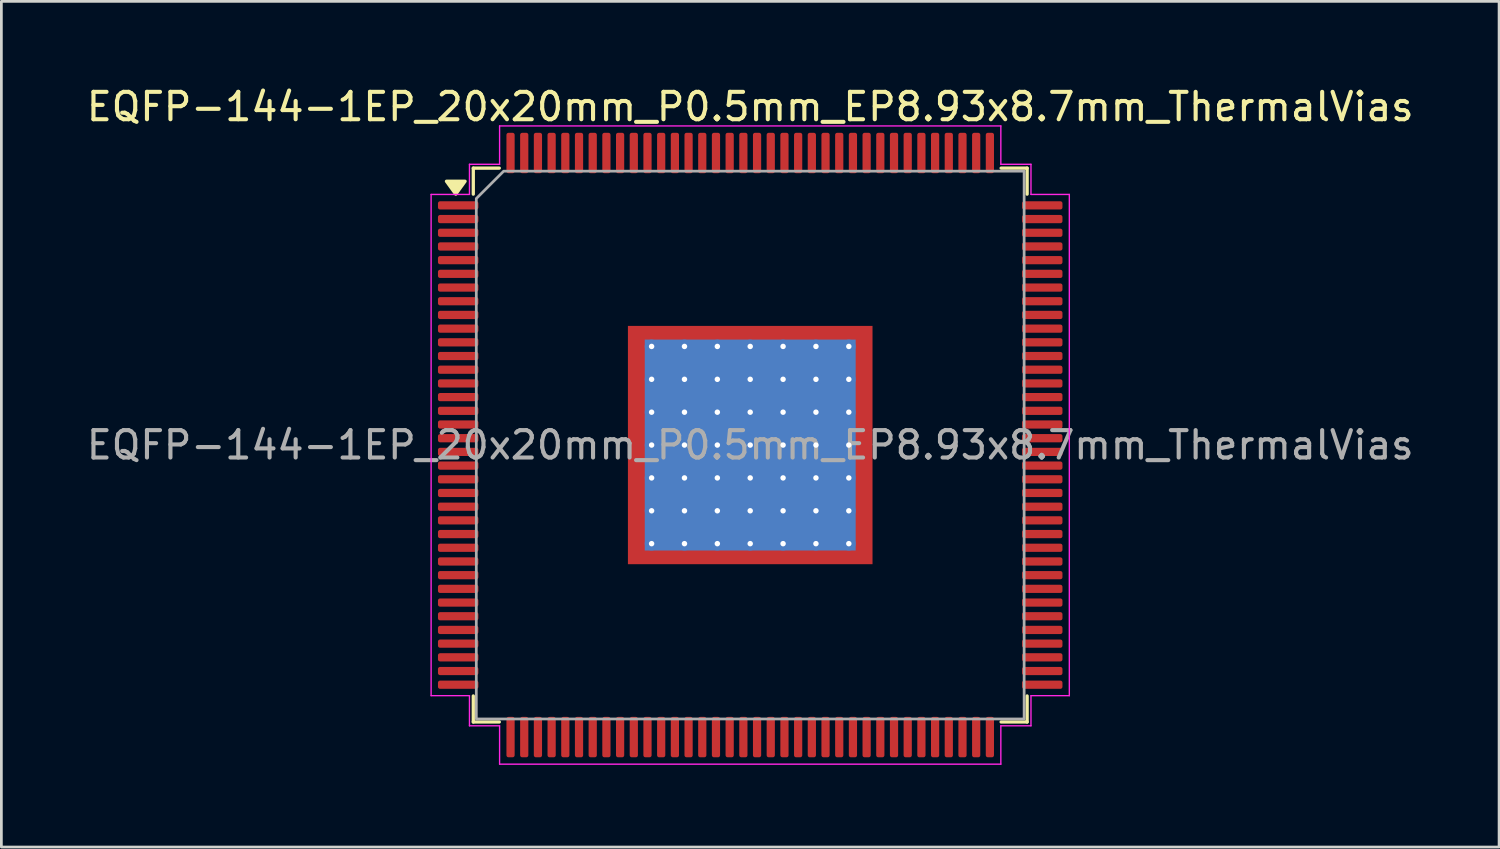
<source format=kicad_pcb>
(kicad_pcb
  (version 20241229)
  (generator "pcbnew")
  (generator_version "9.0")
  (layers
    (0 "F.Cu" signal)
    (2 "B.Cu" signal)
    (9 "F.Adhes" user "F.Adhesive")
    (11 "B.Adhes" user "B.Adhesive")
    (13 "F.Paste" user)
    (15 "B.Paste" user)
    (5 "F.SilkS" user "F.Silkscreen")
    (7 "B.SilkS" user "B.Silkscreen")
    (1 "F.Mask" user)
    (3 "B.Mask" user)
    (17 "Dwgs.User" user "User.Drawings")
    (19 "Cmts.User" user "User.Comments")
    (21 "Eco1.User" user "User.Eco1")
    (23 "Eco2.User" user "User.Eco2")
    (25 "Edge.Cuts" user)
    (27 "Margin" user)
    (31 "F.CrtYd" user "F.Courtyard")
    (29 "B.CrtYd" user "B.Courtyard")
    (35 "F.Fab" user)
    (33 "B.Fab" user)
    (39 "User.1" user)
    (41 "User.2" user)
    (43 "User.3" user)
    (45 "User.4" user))
  (footprint "EQFP-144-1EP_20x20mm_P0.5mm_EP8.93x8.7mm_ThermalVias"
    (layer "F.Cu")
    (at 24.339 13.198)
    (property "Reference" "EQFP-144-1EP_20x20mm_P0.5mm_EP8.93x8.7mm_ThermalVias" (at 0 -12.35 0) (layer "F.SilkS") (effects (font (size 1 1) (thickness 0.15))))
    (attr smd)
    (fp_line (start -10.11 -10.11) (end -9.16 -10.11) (stroke (width 0.12) (type solid)) (layer "F.SilkS"))
    (fp_line (start -10.11 -9.16) (end -10.11 -10.11) (stroke (width 0.12) (type solid)) (layer "F.SilkS"))
    (fp_line (start -10.11 10.11) (end -10.11 9.16) (stroke (width 0.12) (type solid)) (layer "F.SilkS"))
    (fp_line (start -9.16 10.11) (end -10.11 10.11) (stroke (width 0.12) (type solid)) (layer "F.SilkS"))
    (fp_line (start 9.16 -10.11) (end 10.11 -10.11) (stroke (width 0.12) (type solid)) (layer "F.SilkS"))
    (fp_line (start 10.11 -10.11) (end 10.11 -9.16) (stroke (width 0.12) (type solid)) (layer "F.SilkS"))
    (fp_line (start 10.11 9.16) (end 10.11 10.11) (stroke (width 0.12) (type solid)) (layer "F.SilkS"))
    (fp_line (start 10.11 10.11) (end 9.16 10.11) (stroke (width 0.12) (type solid)) (layer "F.SilkS"))
    (fp_poly (pts (xy -10.75 -9.16) (xy -11.09 -9.63) (xy -10.41 -9.63)) (stroke (width 0.12) (type solid)) (fill yes) (layer "F.SilkS"))
    (fp_line (start -11.65 -9.15) (end -10.25 -9.15) (stroke (width 0.05) (type solid)) (layer "F.CrtYd"))
    (fp_line (start -11.65 9.15) (end -11.65 -9.15) (stroke (width 0.05) (type solid)) (layer "F.CrtYd"))
    (fp_line (start -10.25 -10.25) (end -9.15 -10.25) (stroke (width 0.05) (type solid)) (layer "F.CrtYd"))
    (fp_line (start -10.25 -9.15) (end -10.25 -10.25) (stroke (width 0.05) (type solid)) (layer "F.CrtYd"))
    (fp_line (start -10.25 9.15) (end -11.65 9.15) (stroke (width 0.05) (type solid)) (layer "F.CrtYd"))
    (fp_line (start -10.25 10.25) (end -10.25 9.15) (stroke (width 0.05) (type solid)) (layer "F.CrtYd"))
    (fp_line (start -9.15 -11.65) (end 9.15 -11.65) (stroke (width 0.05) (type solid)) (layer "F.CrtYd"))
    (fp_line (start -9.15 -10.25) (end -9.15 -11.65) (stroke (width 0.05) (type solid)) (layer "F.CrtYd"))
    (fp_line (start -9.15 10.25) (end -10.25 10.25) (stroke (width 0.05) (type solid)) (layer "F.CrtYd"))
    (fp_line (start -9.15 11.65) (end -9.15 10.25) (stroke (width 0.05) (type solid)) (layer "F.CrtYd"))
    (fp_line (start 9.15 -11.65) (end 9.15 -10.25) (stroke (width 0.05) (type solid)) (layer "F.CrtYd"))
    (fp_line (start 9.15 -10.25) (end 10.25 -10.25) (stroke (width 0.05) (type solid)) (layer "F.CrtYd"))
    (fp_line (start 9.15 10.25) (end 9.15 11.65) (stroke (width 0.05) (type solid)) (layer "F.CrtYd"))
    (fp_line (start 9.15 11.65) (end -9.15 11.65) (stroke (width 0.05) (type solid)) (layer "F.CrtYd"))
    (fp_line (start 10.25 -10.25) (end 10.25 -9.15) (stroke (width 0.05) (type solid)) (layer "F.CrtYd"))
    (fp_line (start 10.25 -9.15) (end 11.65 -9.15) (stroke (width 0.05) (type solid)) (layer "F.CrtYd"))
    (fp_line (start 10.25 9.15) (end 10.25 10.25) (stroke (width 0.05) (type solid)) (layer "F.CrtYd"))
    (fp_line (start 10.25 10.25) (end 9.15 10.25) (stroke (width 0.05) (type solid)) (layer "F.CrtYd"))
    (fp_line (start 11.65 -9.15) (end 11.65 9.15) (stroke (width 0.05) (type solid)) (layer "F.CrtYd"))
    (fp_line (start 11.65 9.15) (end 10.25 9.15) (stroke (width 0.05) (type solid)) (layer "F.CrtYd"))
    (fp_poly (pts (xy -10 -9) (xy -10 10) (xy 10 10) (xy 10 -10) (xy -9 -10)) (stroke (width 0.1) (type solid)) (fill no) (layer "F.Fab"))
    (fp_text user "${REFERENCE}" (at 0 0 0) (layer "F.Fab") (effects (font (size 1 1) (thickness 0.15))))
    (pad "" smd roundrect (at -3.84 -3.72) (size 1.03 1) (layers "F.Paste") (roundrect_rratio 0.25))
    (pad "" smd roundrect (at -3.84 -2.48) (size 1.03 1) (layers "F.Paste") (roundrect_rratio 0.25))
    (pad "" smd roundrect (at -3.84 -1.24) (size 1.03 1) (layers "F.Paste") (roundrect_rratio 0.25))
    (pad "" smd roundrect (at -3.84 0) (size 1.03 1) (layers "F.Paste") (roundrect_rratio 0.25))
    (pad "" smd roundrect (at -3.84 1.24) (size 1.03 1) (layers "F.Paste") (roundrect_rratio 0.25))
    (pad "" smd roundrect (at -3.84 2.48) (size 1.03 1) (layers "F.Paste") (roundrect_rratio 0.25))
    (pad "" smd roundrect (at -3.84 3.72) (size 1.03 1) (layers "F.Paste") (roundrect_rratio 0.25))
    (pad "" smd roundrect (at -2.56 -3.72) (size 1.03 1) (layers "F.Paste") (roundrect_rratio 0.25))
    (pad "" smd roundrect (at -2.56 -2.48) (size 1.03 1) (layers "F.Paste") (roundrect_rratio 0.25))
    (pad "" smd roundrect (at -2.56 -1.24) (size 1.03 1) (layers "F.Paste") (roundrect_rratio 0.25))
    (pad "" smd roundrect (at -2.56 0) (size 1.03 1) (layers "F.Paste") (roundrect_rratio 0.25))
    (pad "" smd roundrect (at -2.56 1.24) (size 1.03 1) (layers "F.Paste") (roundrect_rratio 0.25))
    (pad "" smd roundrect (at -2.56 2.48) (size 1.03 1) (layers "F.Paste") (roundrect_rratio 0.25))
    (pad "" smd roundrect (at -2.56 3.72) (size 1.03 1) (layers "F.Paste") (roundrect_rratio 0.25))
    (pad "" smd roundrect (at -1.28 -3.72) (size 1.03 1) (layers "F.Paste") (roundrect_rratio 0.25))
    (pad "" smd roundrect (at -1.28 -2.48) (size 1.03 1) (layers "F.Paste") (roundrect_rratio 0.25))
    (pad "" smd roundrect (at -1.28 -1.24) (size 1.03 1) (layers "F.Paste") (roundrect_rratio 0.25))
    (pad "" smd roundrect (at -1.28 0) (size 1.03 1) (layers "F.Paste") (roundrect_rratio 0.25))
    (pad "" smd roundrect (at -1.28 1.24) (size 1.03 1) (layers "F.Paste") (roundrect_rratio 0.25))
    (pad "" smd roundrect (at -1.28 2.48) (size 1.03 1) (layers "F.Paste") (roundrect_rratio 0.25))
    (pad "" smd roundrect (at -1.28 3.72) (size 1.03 1) (layers "F.Paste") (roundrect_rratio 0.25))
    (pad "" smd roundrect (at 0 -3.72) (size 1.03 1) (layers "F.Paste") (roundrect_rratio 0.25))
    (pad "" smd roundrect (at 0 -2.48) (size 1.03 1) (layers "F.Paste") (roundrect_rratio 0.25))
    (pad "" smd roundrect (at 0 -1.24) (size 1.03 1) (layers "F.Paste") (roundrect_rratio 0.25))
    (pad "" smd roundrect (at 0 0) (size 1.03 1) (layers "F.Paste") (roundrect_rratio 0.25))
    (pad "" smd roundrect (at 0 1.24) (size 1.03 1) (layers "F.Paste") (roundrect_rratio 0.25))
    (pad "" smd roundrect (at 0 2.48) (size 1.03 1) (layers "F.Paste") (roundrect_rratio 0.25))
    (pad "" smd roundrect (at 0 3.72) (size 1.03 1) (layers "F.Paste") (roundrect_rratio 0.25))
    (pad "" smd roundrect (at 1.28 -3.72) (size 1.03 1) (layers "F.Paste") (roundrect_rratio 0.25))
    (pad "" smd roundrect (at 1.28 -2.48) (size 1.03 1) (layers "F.Paste") (roundrect_rratio 0.25))
    (pad "" smd roundrect (at 1.28 -1.24) (size 1.03 1) (layers "F.Paste") (roundrect_rratio 0.25))
    (pad "" smd roundrect (at 1.28 0) (size 1.03 1) (layers "F.Paste") (roundrect_rratio 0.25))
    (pad "" smd roundrect (at 1.28 1.24) (size 1.03 1) (layers "F.Paste") (roundrect_rratio 0.25))
    (pad "" smd roundrect (at 1.28 2.48) (size 1.03 1) (layers "F.Paste") (roundrect_rratio 0.25))
    (pad "" smd roundrect (at 1.28 3.72) (size 1.03 1) (layers "F.Paste") (roundrect_rratio 0.25))
    (pad "" smd roundrect (at 2.56 -3.72) (size 1.03 1) (layers "F.Paste") (roundrect_rratio 0.25))
    (pad "" smd roundrect (at 2.56 -2.48) (size 1.03 1) (layers "F.Paste") (roundrect_rratio 0.25))
    (pad "" smd roundrect (at 2.56 -1.24) (size 1.03 1) (layers "F.Paste") (roundrect_rratio 0.25))
    (pad "" smd roundrect (at 2.56 0) (size 1.03 1) (layers "F.Paste") (roundrect_rratio 0.25))
    (pad "" smd roundrect (at 2.56 1.24) (size 1.03 1) (layers "F.Paste") (roundrect_rratio 0.25))
    (pad "" smd roundrect (at 2.56 2.48) (size 1.03 1) (layers "F.Paste") (roundrect_rratio 0.25))
    (pad "" smd roundrect (at 2.56 3.72) (size 1.03 1) (layers "F.Paste") (roundrect_rratio 0.25))
    (pad "" smd roundrect (at 3.84 -3.72) (size 1.03 1) (layers "F.Paste") (roundrect_rratio 0.25))
    (pad "" smd roundrect (at 3.84 -2.48) (size 1.03 1) (layers "F.Paste") (roundrect_rratio 0.25))
    (pad "" smd roundrect (at 3.84 -1.24) (size 1.03 1) (layers "F.Paste") (roundrect_rratio 0.25))
    (pad "" smd roundrect (at 3.84 0) (size 1.03 1) (layers "F.Paste") (roundrect_rratio 0.25))
    (pad "" smd roundrect (at 3.84 1.24) (size 1.03 1) (layers "F.Paste") (roundrect_rratio 0.25))
    (pad "" smd roundrect (at 3.84 2.48) (size 1.03 1) (layers "F.Paste") (roundrect_rratio 0.25))
    (pad "" smd roundrect (at 3.84 3.72) (size 1.03 1) (layers "F.Paste") (roundrect_rratio 0.25))
    (pad "1" smd roundrect (at -10.662 -8.75) (size 1.475 0.3) (layers "F.Cu" "F.Mask" "F.Paste") (roundrect_rratio 0.25))
    (pad "2" smd roundrect (at -10.662 -8.25) (size 1.475 0.3) (layers "F.Cu" "F.Mask" "F.Paste") (roundrect_rratio 0.25))
    (pad "3" smd roundrect (at -10.662 -7.75) (size 1.475 0.3) (layers "F.Cu" "F.Mask" "F.Paste") (roundrect_rratio 0.25))
    (pad "4" smd roundrect (at -10.662 -7.25) (size 1.475 0.3) (layers "F.Cu" "F.Mask" "F.Paste") (roundrect_rratio 0.25))
    (pad "5" smd roundrect (at -10.662 -6.75) (size 1.475 0.3) (layers "F.Cu" "F.Mask" "F.Paste") (roundrect_rratio 0.25))
    (pad "6" smd roundrect (at -10.662 -6.25) (size 1.475 0.3) (layers "F.Cu" "F.Mask" "F.Paste") (roundrect_rratio 0.25))
    (pad "7" smd roundrect (at -10.662 -5.75) (size 1.475 0.3) (layers "F.Cu" "F.Mask" "F.Paste") (roundrect_rratio 0.25))
    (pad "8" smd roundrect (at -10.662 -5.25) (size 1.475 0.3) (layers "F.Cu" "F.Mask" "F.Paste") (roundrect_rratio 0.25))
    (pad "9" smd roundrect (at -10.662 -4.75) (size 1.475 0.3) (layers "F.Cu" "F.Mask" "F.Paste") (roundrect_rratio 0.25))
    (pad "10" smd roundrect (at -10.662 -4.25) (size 1.475 0.3) (layers "F.Cu" "F.Mask" "F.Paste") (roundrect_rratio 0.25))
    (pad "11" smd roundrect (at -10.662 -3.75) (size 1.475 0.3) (layers "F.Cu" "F.Mask" "F.Paste") (roundrect_rratio 0.25))
    (pad "12" smd roundrect (at -10.662 -3.25) (size 1.475 0.3) (layers "F.Cu" "F.Mask" "F.Paste") (roundrect_rratio 0.25))
    (pad "13" smd roundrect (at -10.662 -2.75) (size 1.475 0.3) (layers "F.Cu" "F.Mask" "F.Paste") (roundrect_rratio 0.25))
    (pad "14" smd roundrect (at -10.662 -2.25) (size 1.475 0.3) (layers "F.Cu" "F.Mask" "F.Paste") (roundrect_rratio 0.25))
    (pad "15" smd roundrect (at -10.662 -1.75) (size 1.475 0.3) (layers "F.Cu" "F.Mask" "F.Paste") (roundrect_rratio 0.25))
    (pad "16" smd roundrect (at -10.662 -1.25) (size 1.475 0.3) (layers "F.Cu" "F.Mask" "F.Paste") (roundrect_rratio 0.25))
    (pad "17" smd roundrect (at -10.662 -0.75) (size 1.475 0.3) (layers "F.Cu" "F.Mask" "F.Paste") (roundrect_rratio 0.25))
    (pad "18" smd roundrect (at -10.662 -0.25) (size 1.475 0.3) (layers "F.Cu" "F.Mask" "F.Paste") (roundrect_rratio 0.25))
    (pad "19" smd roundrect (at -10.662 0.25) (size 1.475 0.3) (layers "F.Cu" "F.Mask" "F.Paste") (roundrect_rratio 0.25))
    (pad "20" smd roundrect (at -10.662 0.75) (size 1.475 0.3) (layers "F.Cu" "F.Mask" "F.Paste") (roundrect_rratio 0.25))
    (pad "21" smd roundrect (at -10.662 1.25) (size 1.475 0.3) (layers "F.Cu" "F.Mask" "F.Paste") (roundrect_rratio 0.25))
    (pad "22" smd roundrect (at -10.662 1.75) (size 1.475 0.3) (layers "F.Cu" "F.Mask" "F.Paste") (roundrect_rratio 0.25))
    (pad "23" smd roundrect (at -10.662 2.25) (size 1.475 0.3) (layers "F.Cu" "F.Mask" "F.Paste") (roundrect_rratio 0.25))
    (pad "24" smd roundrect (at -10.662 2.75) (size 1.475 0.3) (layers "F.Cu" "F.Mask" "F.Paste") (roundrect_rratio 0.25))
    (pad "25" smd roundrect (at -10.662 3.25) (size 1.475 0.3) (layers "F.Cu" "F.Mask" "F.Paste") (roundrect_rratio 0.25))
    (pad "26" smd roundrect (at -10.662 3.75) (size 1.475 0.3) (layers "F.Cu" "F.Mask" "F.Paste") (roundrect_rratio 0.25))
    (pad "27" smd roundrect (at -10.662 4.25) (size 1.475 0.3) (layers "F.Cu" "F.Mask" "F.Paste") (roundrect_rratio 0.25))
    (pad "28" smd roundrect (at -10.662 4.75) (size 1.475 0.3) (layers "F.Cu" "F.Mask" "F.Paste") (roundrect_rratio 0.25))
    (pad "29" smd roundrect (at -10.662 5.25) (size 1.475 0.3) (layers "F.Cu" "F.Mask" "F.Paste") (roundrect_rratio 0.25))
    (pad "30" smd roundrect (at -10.662 5.75) (size 1.475 0.3) (layers "F.Cu" "F.Mask" "F.Paste") (roundrect_rratio 0.25))
    (pad "31" smd roundrect (at -10.662 6.25) (size 1.475 0.3) (layers "F.Cu" "F.Mask" "F.Paste") (roundrect_rratio 0.25))
    (pad "32" smd roundrect (at -10.662 6.75) (size 1.475 0.3) (layers "F.Cu" "F.Mask" "F.Paste") (roundrect_rratio 0.25))
    (pad "33" smd roundrect (at -10.662 7.25) (size 1.475 0.3) (layers "F.Cu" "F.Mask" "F.Paste") (roundrect_rratio 0.25))
    (pad "34" smd roundrect (at -10.662 7.75) (size 1.475 0.3) (layers "F.Cu" "F.Mask" "F.Paste") (roundrect_rratio 0.25))
    (pad "35" smd roundrect (at -10.662 8.25) (size 1.475 0.3) (layers "F.Cu" "F.Mask" "F.Paste") (roundrect_rratio 0.25))
    (pad "36" smd roundrect (at -10.662 8.75) (size 1.475 0.3) (layers "F.Cu" "F.Mask" "F.Paste") (roundrect_rratio 0.25))
    (pad "37" smd roundrect (at -8.75 10.662) (size 0.3 1.475) (layers "F.Cu" "F.Mask" "F.Paste") (roundrect_rratio 0.25))
    (pad "38" smd roundrect (at -8.25 10.662) (size 0.3 1.475) (layers "F.Cu" "F.Mask" "F.Paste") (roundrect_rratio 0.25))
    (pad "39" smd roundrect (at -7.75 10.662) (size 0.3 1.475) (layers "F.Cu" "F.Mask" "F.Paste") (roundrect_rratio 0.25))
    (pad "40" smd roundrect (at -7.25 10.662) (size 0.3 1.475) (layers "F.Cu" "F.Mask" "F.Paste") (roundrect_rratio 0.25))
    (pad "41" smd roundrect (at -6.75 10.662) (size 0.3 1.475) (layers "F.Cu" "F.Mask" "F.Paste") (roundrect_rratio 0.25))
    (pad "42" smd roundrect (at -6.25 10.662) (size 0.3 1.475) (layers "F.Cu" "F.Mask" "F.Paste") (roundrect_rratio 0.25))
    (pad "43" smd roundrect (at -5.75 10.662) (size 0.3 1.475) (layers "F.Cu" "F.Mask" "F.Paste") (roundrect_rratio 0.25))
    (pad "44" smd roundrect (at -5.25 10.662) (size 0.3 1.475) (layers "F.Cu" "F.Mask" "F.Paste") (roundrect_rratio 0.25))
    (pad "45" smd roundrect (at -4.75 10.662) (size 0.3 1.475) (layers "F.Cu" "F.Mask" "F.Paste") (roundrect_rratio 0.25))
    (pad "46" smd roundrect (at -4.25 10.662) (size 0.3 1.475) (layers "F.Cu" "F.Mask" "F.Paste") (roundrect_rratio 0.25))
    (pad "47" smd roundrect (at -3.75 10.662) (size 0.3 1.475) (layers "F.Cu" "F.Mask" "F.Paste") (roundrect_rratio 0.25))
    (pad "48" smd roundrect (at -3.25 10.662) (size 0.3 1.475) (layers "F.Cu" "F.Mask" "F.Paste") (roundrect_rratio 0.25))
    (pad "49" smd roundrect (at -2.75 10.662) (size 0.3 1.475) (layers "F.Cu" "F.Mask" "F.Paste") (roundrect_rratio 0.25))
    (pad "50" smd roundrect (at -2.25 10.662) (size 0.3 1.475) (layers "F.Cu" "F.Mask" "F.Paste") (roundrect_rratio 0.25))
    (pad "51" smd roundrect (at -1.75 10.662) (size 0.3 1.475) (layers "F.Cu" "F.Mask" "F.Paste") (roundrect_rratio 0.25))
    (pad "52" smd roundrect (at -1.25 10.662) (size 0.3 1.475) (layers "F.Cu" "F.Mask" "F.Paste") (roundrect_rratio 0.25))
    (pad "53" smd roundrect (at -0.75 10.662) (size 0.3 1.475) (layers "F.Cu" "F.Mask" "F.Paste") (roundrect_rratio 0.25))
    (pad "54" smd roundrect (at -0.25 10.662) (size 0.3 1.475) (layers "F.Cu" "F.Mask" "F.Paste") (roundrect_rratio 0.25))
    (pad "55" smd roundrect (at 0.25 10.662) (size 0.3 1.475) (layers "F.Cu" "F.Mask" "F.Paste") (roundrect_rratio 0.25))
    (pad "56" smd roundrect (at 0.75 10.662) (size 0.3 1.475) (layers "F.Cu" "F.Mask" "F.Paste") (roundrect_rratio 0.25))
    (pad "57" smd roundrect (at 1.25 10.662) (size 0.3 1.475) (layers "F.Cu" "F.Mask" "F.Paste") (roundrect_rratio 0.25))
    (pad "58" smd roundrect (at 1.75 10.662) (size 0.3 1.475) (layers "F.Cu" "F.Mask" "F.Paste") (roundrect_rratio 0.25))
    (pad "59" smd roundrect (at 2.25 10.662) (size 0.3 1.475) (layers "F.Cu" "F.Mask" "F.Paste") (roundrect_rratio 0.25))
    (pad "60" smd roundrect (at 2.75 10.662) (size 0.3 1.475) (layers "F.Cu" "F.Mask" "F.Paste") (roundrect_rratio 0.25))
    (pad "61" smd roundrect (at 3.25 10.662) (size 0.3 1.475) (layers "F.Cu" "F.Mask" "F.Paste") (roundrect_rratio 0.25))
    (pad "62" smd roundrect (at 3.75 10.662) (size 0.3 1.475) (layers "F.Cu" "F.Mask" "F.Paste") (roundrect_rratio 0.25))
    (pad "63" smd roundrect (at 4.25 10.662) (size 0.3 1.475) (layers "F.Cu" "F.Mask" "F.Paste") (roundrect_rratio 0.25))
    (pad "64" smd roundrect (at 4.75 10.662) (size 0.3 1.475) (layers "F.Cu" "F.Mask" "F.Paste") (roundrect_rratio 0.25))
    (pad "65" smd roundrect (at 5.25 10.662) (size 0.3 1.475) (layers "F.Cu" "F.Mask" "F.Paste") (roundrect_rratio 0.25))
    (pad "66" smd roundrect (at 5.75 10.662) (size 0.3 1.475) (layers "F.Cu" "F.Mask" "F.Paste") (roundrect_rratio 0.25))
    (pad "67" smd roundrect (at 6.25 10.662) (size 0.3 1.475) (layers "F.Cu" "F.Mask" "F.Paste") (roundrect_rratio 0.25))
    (pad "68" smd roundrect (at 6.75 10.662) (size 0.3 1.475) (layers "F.Cu" "F.Mask" "F.Paste") (roundrect_rratio 0.25))
    (pad "69" smd roundrect (at 7.25 10.662) (size 0.3 1.475) (layers "F.Cu" "F.Mask" "F.Paste") (roundrect_rratio 0.25))
    (pad "70" smd roundrect (at 7.75 10.662) (size 0.3 1.475) (layers "F.Cu" "F.Mask" "F.Paste") (roundrect_rratio 0.25))
    (pad "71" smd roundrect (at 8.25 10.662) (size 0.3 1.475) (layers "F.Cu" "F.Mask" "F.Paste") (roundrect_rratio 0.25))
    (pad "72" smd roundrect (at 8.75 10.662) (size 0.3 1.475) (layers "F.Cu" "F.Mask" "F.Paste") (roundrect_rratio 0.25))
    (pad "73" smd roundrect (at 10.662 8.75) (size 1.475 0.3) (layers "F.Cu" "F.Mask" "F.Paste") (roundrect_rratio 0.25))
    (pad "74" smd roundrect (at 10.662 8.25) (size 1.475 0.3) (layers "F.Cu" "F.Mask" "F.Paste") (roundrect_rratio 0.25))
    (pad "75" smd roundrect (at 10.662 7.75) (size 1.475 0.3) (layers "F.Cu" "F.Mask" "F.Paste") (roundrect_rratio 0.25))
    (pad "76" smd roundrect (at 10.662 7.25) (size 1.475 0.3) (layers "F.Cu" "F.Mask" "F.Paste") (roundrect_rratio 0.25))
    (pad "77" smd roundrect (at 10.662 6.75) (size 1.475 0.3) (layers "F.Cu" "F.Mask" "F.Paste") (roundrect_rratio 0.25))
    (pad "78" smd roundrect (at 10.662 6.25) (size 1.475 0.3) (layers "F.Cu" "F.Mask" "F.Paste") (roundrect_rratio 0.25))
    (pad "79" smd roundrect (at 10.662 5.75) (size 1.475 0.3) (layers "F.Cu" "F.Mask" "F.Paste") (roundrect_rratio 0.25))
    (pad "80" smd roundrect (at 10.662 5.25) (size 1.475 0.3) (layers "F.Cu" "F.Mask" "F.Paste") (roundrect_rratio 0.25))
    (pad "81" smd roundrect (at 10.662 4.75) (size 1.475 0.3) (layers "F.Cu" "F.Mask" "F.Paste") (roundrect_rratio 0.25))
    (pad "82" smd roundrect (at 10.662 4.25) (size 1.475 0.3) (layers "F.Cu" "F.Mask" "F.Paste") (roundrect_rratio 0.25))
    (pad "83" smd roundrect (at 10.662 3.75) (size 1.475 0.3) (layers "F.Cu" "F.Mask" "F.Paste") (roundrect_rratio 0.25))
    (pad "84" smd roundrect (at 10.662 3.25) (size 1.475 0.3) (layers "F.Cu" "F.Mask" "F.Paste") (roundrect_rratio 0.25))
    (pad "85" smd roundrect (at 10.662 2.75) (size 1.475 0.3) (layers "F.Cu" "F.Mask" "F.Paste") (roundrect_rratio 0.25))
    (pad "86" smd roundrect (at 10.662 2.25) (size 1.475 0.3) (layers "F.Cu" "F.Mask" "F.Paste") (roundrect_rratio 0.25))
    (pad "87" smd roundrect (at 10.662 1.75) (size 1.475 0.3) (layers "F.Cu" "F.Mask" "F.Paste") (roundrect_rratio 0.25))
    (pad "88" smd roundrect (at 10.662 1.25) (size 1.475 0.3) (layers "F.Cu" "F.Mask" "F.Paste") (roundrect_rratio 0.25))
    (pad "89" smd roundrect (at 10.662 0.75) (size 1.475 0.3) (layers "F.Cu" "F.Mask" "F.Paste") (roundrect_rratio 0.25))
    (pad "90" smd roundrect (at 10.662 0.25) (size 1.475 0.3) (layers "F.Cu" "F.Mask" "F.Paste") (roundrect_rratio 0.25))
    (pad "91" smd roundrect (at 10.662 -0.25) (size 1.475 0.3) (layers "F.Cu" "F.Mask" "F.Paste") (roundrect_rratio 0.25))
    (pad "92" smd roundrect (at 10.662 -0.75) (size 1.475 0.3) (layers "F.Cu" "F.Mask" "F.Paste") (roundrect_rratio 0.25))
    (pad "93" smd roundrect (at 10.662 -1.25) (size 1.475 0.3) (layers "F.Cu" "F.Mask" "F.Paste") (roundrect_rratio 0.25))
    (pad "94" smd roundrect (at 10.662 -1.75) (size 1.475 0.3) (layers "F.Cu" "F.Mask" "F.Paste") (roundrect_rratio 0.25))
    (pad "95" smd roundrect (at 10.662 -2.25) (size 1.475 0.3) (layers "F.Cu" "F.Mask" "F.Paste") (roundrect_rratio 0.25))
    (pad "96" smd roundrect (at 10.662 -2.75) (size 1.475 0.3) (layers "F.Cu" "F.Mask" "F.Paste") (roundrect_rratio 0.25))
    (pad "97" smd roundrect (at 10.662 -3.25) (size 1.475 0.3) (layers "F.Cu" "F.Mask" "F.Paste") (roundrect_rratio 0.25))
    (pad "98" smd roundrect (at 10.662 -3.75) (size 1.475 0.3) (layers "F.Cu" "F.Mask" "F.Paste") (roundrect_rratio 0.25))
    (pad "99" smd roundrect (at 10.662 -4.25) (size 1.475 0.3) (layers "F.Cu" "F.Mask" "F.Paste") (roundrect_rratio 0.25))
    (pad "100" smd roundrect (at 10.662 -4.75) (size 1.475 0.3) (layers "F.Cu" "F.Mask" "F.Paste") (roundrect_rratio 0.25))
    (pad "101" smd roundrect (at 10.662 -5.25) (size 1.475 0.3) (layers "F.Cu" "F.Mask" "F.Paste") (roundrect_rratio 0.25))
    (pad "102" smd roundrect (at 10.662 -5.75) (size 1.475 0.3) (layers "F.Cu" "F.Mask" "F.Paste") (roundrect_rratio 0.25))
    (pad "103" smd roundrect (at 10.662 -6.25) (size 1.475 0.3) (layers "F.Cu" "F.Mask" "F.Paste") (roundrect_rratio 0.25))
    (pad "104" smd roundrect (at 10.662 -6.75) (size 1.475 0.3) (layers "F.Cu" "F.Mask" "F.Paste") (roundrect_rratio 0.25))
    (pad "105" smd roundrect (at 10.662 -7.25) (size 1.475 0.3) (layers "F.Cu" "F.Mask" "F.Paste") (roundrect_rratio 0.25))
    (pad "106" smd roundrect (at 10.662 -7.75) (size 1.475 0.3) (layers "F.Cu" "F.Mask" "F.Paste") (roundrect_rratio 0.25))
    (pad "107" smd roundrect (at 10.662 -8.25) (size 1.475 0.3) (layers "F.Cu" "F.Mask" "F.Paste") (roundrect_rratio 0.25))
    (pad "108" smd roundrect (at 10.662 -8.75) (size 1.475 0.3) (layers "F.Cu" "F.Mask" "F.Paste") (roundrect_rratio 0.25))
    (pad "109" smd roundrect (at 8.75 -10.662) (size 0.3 1.475) (layers "F.Cu" "F.Mask" "F.Paste") (roundrect_rratio 0.25))
    (pad "110" smd roundrect (at 8.25 -10.662) (size 0.3 1.475) (layers "F.Cu" "F.Mask" "F.Paste") (roundrect_rratio 0.25))
    (pad "111" smd roundrect (at 7.75 -10.662) (size 0.3 1.475) (layers "F.Cu" "F.Mask" "F.Paste") (roundrect_rratio 0.25))
    (pad "112" smd roundrect (at 7.25 -10.662) (size 0.3 1.475) (layers "F.Cu" "F.Mask" "F.Paste") (roundrect_rratio 0.25))
    (pad "113" smd roundrect (at 6.75 -10.662) (size 0.3 1.475) (layers "F.Cu" "F.Mask" "F.Paste") (roundrect_rratio 0.25))
    (pad "114" smd roundrect (at 6.25 -10.662) (size 0.3 1.475) (layers "F.Cu" "F.Mask" "F.Paste") (roundrect_rratio 0.25))
    (pad "115" smd roundrect (at 5.75 -10.662) (size 0.3 1.475) (layers "F.Cu" "F.Mask" "F.Paste") (roundrect_rratio 0.25))
    (pad "116" smd roundrect (at 5.25 -10.662) (size 0.3 1.475) (layers "F.Cu" "F.Mask" "F.Paste") (roundrect_rratio 0.25))
    (pad "117" smd roundrect (at 4.75 -10.662) (size 0.3 1.475) (layers "F.Cu" "F.Mask" "F.Paste") (roundrect_rratio 0.25))
    (pad "118" smd roundrect (at 4.25 -10.662) (size 0.3 1.475) (layers "F.Cu" "F.Mask" "F.Paste") (roundrect_rratio 0.25))
    (pad "119" smd roundrect (at 3.75 -10.662) (size 0.3 1.475) (layers "F.Cu" "F.Mask" "F.Paste") (roundrect_rratio 0.25))
    (pad "120" smd roundrect (at 3.25 -10.662) (size 0.3 1.475) (layers "F.Cu" "F.Mask" "F.Paste") (roundrect_rratio 0.25))
    (pad "121" smd roundrect (at 2.75 -10.662) (size 0.3 1.475) (layers "F.Cu" "F.Mask" "F.Paste") (roundrect_rratio 0.25))
    (pad "122" smd roundrect (at 2.25 -10.662) (size 0.3 1.475) (layers "F.Cu" "F.Mask" "F.Paste") (roundrect_rratio 0.25))
    (pad "123" smd roundrect (at 1.75 -10.662) (size 0.3 1.475) (layers "F.Cu" "F.Mask" "F.Paste") (roundrect_rratio 0.25))
    (pad "124" smd roundrect (at 1.25 -10.662) (size 0.3 1.475) (layers "F.Cu" "F.Mask" "F.Paste") (roundrect_rratio 0.25))
    (pad "125" smd roundrect (at 0.75 -10.662) (size 0.3 1.475) (layers "F.Cu" "F.Mask" "F.Paste") (roundrect_rratio 0.25))
    (pad "126" smd roundrect (at 0.25 -10.662) (size 0.3 1.475) (layers "F.Cu" "F.Mask" "F.Paste") (roundrect_rratio 0.25))
    (pad "127" smd roundrect (at -0.25 -10.662) (size 0.3 1.475) (layers "F.Cu" "F.Mask" "F.Paste") (roundrect_rratio 0.25))
    (pad "128" smd roundrect (at -0.75 -10.662) (size 0.3 1.475) (layers "F.Cu" "F.Mask" "F.Paste") (roundrect_rratio 0.25))
    (pad "129" smd roundrect (at -1.25 -10.662) (size 0.3 1.475) (layers "F.Cu" "F.Mask" "F.Paste") (roundrect_rratio 0.25))
    (pad "130" smd roundrect (at -1.75 -10.662) (size 0.3 1.475) (layers "F.Cu" "F.Mask" "F.Paste") (roundrect_rratio 0.25))
    (pad "131" smd roundrect (at -2.25 -10.662) (size 0.3 1.475) (layers "F.Cu" "F.Mask" "F.Paste") (roundrect_rratio 0.25))
    (pad "132" smd roundrect (at -2.75 -10.662) (size 0.3 1.475) (layers "F.Cu" "F.Mask" "F.Paste") (roundrect_rratio 0.25))
    (pad "133" smd roundrect (at -3.25 -10.662) (size 0.3 1.475) (layers "F.Cu" "F.Mask" "F.Paste") (roundrect_rratio 0.25))
    (pad "134" smd roundrect (at -3.75 -10.662) (size 0.3 1.475) (layers "F.Cu" "F.Mask" "F.Paste") (roundrect_rratio 0.25))
    (pad "135" smd roundrect (at -4.25 -10.662) (size 0.3 1.475) (layers "F.Cu" "F.Mask" "F.Paste") (roundrect_rratio 0.25))
    (pad "136" smd roundrect (at -4.75 -10.662) (size 0.3 1.475) (layers "F.Cu" "F.Mask" "F.Paste") (roundrect_rratio 0.25))
    (pad "137" smd roundrect (at -5.25 -10.662) (size 0.3 1.475) (layers "F.Cu" "F.Mask" "F.Paste") (roundrect_rratio 0.25))
    (pad "138" smd roundrect (at -5.75 -10.662) (size 0.3 1.475) (layers "F.Cu" "F.Mask" "F.Paste") (roundrect_rratio 0.25))
    (pad "139" smd roundrect (at -6.25 -10.662) (size 0.3 1.475) (layers "F.Cu" "F.Mask" "F.Paste") (roundrect_rratio 0.25))
    (pad "140" smd roundrect (at -6.75 -10.662) (size 0.3 1.475) (layers "F.Cu" "F.Mask" "F.Paste") (roundrect_rratio 0.25))
    (pad "141" smd roundrect (at -7.25 -10.662) (size 0.3 1.475) (layers "F.Cu" "F.Mask" "F.Paste") (roundrect_rratio 0.25))
    (pad "142" smd roundrect (at -7.75 -10.662) (size 0.3 1.475) (layers "F.Cu" "F.Mask" "F.Paste") (roundrect_rratio 0.25))
    (pad "143" smd roundrect (at -8.25 -10.662) (size 0.3 1.475) (layers "F.Cu" "F.Mask" "F.Paste") (roundrect_rratio 0.25))
    (pad "144" smd roundrect (at -8.75 -10.662) (size 0.3 1.475) (layers "F.Cu" "F.Mask" "F.Paste") (roundrect_rratio 0.25))
    (pad "145" thru_hole circle (at -3.6 -3.6) (size 0.5 0.5) (drill 0.2) (property pad_prop_heatsink) (layers "*.Cu"))
    (pad "145" thru_hole circle (at -3.6 -2.4) (size 0.5 0.5) (drill 0.2) (property pad_prop_heatsink) (layers "*.Cu"))
    (pad "145" thru_hole circle (at -3.6 -1.2) (size 0.5 0.5) (drill 0.2) (property pad_prop_heatsink) (layers "*.Cu"))
    (pad "145" thru_hole circle (at -3.6 0) (size 0.5 0.5) (drill 0.2) (property pad_prop_heatsink) (layers "*.Cu"))
    (pad "145" thru_hole circle (at -3.6 1.2) (size 0.5 0.5) (drill 0.2) (property pad_prop_heatsink) (layers "*.Cu"))
    (pad "145" thru_hole circle (at -3.6 2.4) (size 0.5 0.5) (drill 0.2) (property pad_prop_heatsink) (layers "*.Cu"))
    (pad "145" thru_hole circle (at -3.6 3.6) (size 0.5 0.5) (drill 0.2) (property pad_prop_heatsink) (layers "*.Cu"))
    (pad "145" thru_hole circle (at -2.4 -3.6) (size 0.5 0.5) (drill 0.2) (property pad_prop_heatsink) (layers "*.Cu"))
    (pad "145" thru_hole circle (at -2.4 -2.4) (size 0.5 0.5) (drill 0.2) (property pad_prop_heatsink) (layers "*.Cu"))
    (pad "145" thru_hole circle (at -2.4 -1.2) (size 0.5 0.5) (drill 0.2) (property pad_prop_heatsink) (layers "*.Cu"))
    (pad "145" thru_hole circle (at -2.4 0) (size 0.5 0.5) (drill 0.2) (property pad_prop_heatsink) (layers "*.Cu"))
    (pad "145" thru_hole circle (at -2.4 1.2) (size 0.5 0.5) (drill 0.2) (property pad_prop_heatsink) (layers "*.Cu"))
    (pad "145" thru_hole circle (at -2.4 2.4) (size 0.5 0.5) (drill 0.2) (property pad_prop_heatsink) (layers "*.Cu"))
    (pad "145" thru_hole circle (at -2.4 3.6) (size 0.5 0.5) (drill 0.2) (property pad_prop_heatsink) (layers "*.Cu"))
    (pad "145" thru_hole circle (at -1.2 -3.6) (size 0.5 0.5) (drill 0.2) (property pad_prop_heatsink) (layers "*.Cu"))
    (pad "145" thru_hole circle (at -1.2 -2.4) (size 0.5 0.5) (drill 0.2) (property pad_prop_heatsink) (layers "*.Cu"))
    (pad "145" thru_hole circle (at -1.2 -1.2) (size 0.5 0.5) (drill 0.2) (property pad_prop_heatsink) (layers "*.Cu"))
    (pad "145" thru_hole circle (at -1.2 0) (size 0.5 0.5) (drill 0.2) (property pad_prop_heatsink) (layers "*.Cu"))
    (pad "145" thru_hole circle (at -1.2 1.2) (size 0.5 0.5) (drill 0.2) (property pad_prop_heatsink) (layers "*.Cu"))
    (pad "145" thru_hole circle (at -1.2 2.4) (size 0.5 0.5) (drill 0.2) (property pad_prop_heatsink) (layers "*.Cu"))
    (pad "145" thru_hole circle (at -1.2 3.6) (size 0.5 0.5) (drill 0.2) (property pad_prop_heatsink) (layers "*.Cu"))
    (pad "145" thru_hole circle (at 0 -3.6) (size 0.5 0.5) (drill 0.2) (property pad_prop_heatsink) (layers "*.Cu"))
    (pad "145" thru_hole circle (at 0 -2.4) (size 0.5 0.5) (drill 0.2) (property pad_prop_heatsink) (layers "*.Cu"))
    (pad "145" thru_hole circle (at 0 -1.2) (size 0.5 0.5) (drill 0.2) (property pad_prop_heatsink) (layers "*.Cu"))
    (pad "145" thru_hole circle (at 0 0) (size 0.5 0.5) (drill 0.2) (property pad_prop_heatsink) (layers "*.Cu"))
    (pad "145" smd rect (at 0 0) (size 7.7 7.7) (property pad_prop_heatsink) (layers "B.Cu"))
    (pad "145" smd rect (at 0 0) (size 8.93 8.7) (property pad_prop_heatsink) (layers "F.Cu" "F.Mask"))
    (pad "145" thru_hole circle (at 0 1.2) (size 0.5 0.5) (drill 0.2) (property pad_prop_heatsink) (layers "*.Cu"))
    (pad "145" thru_hole circle (at 0 2.4) (size 0.5 0.5) (drill 0.2) (property pad_prop_heatsink) (layers "*.Cu"))
    (pad "145" thru_hole circle (at 0 3.6) (size 0.5 0.5) (drill 0.2) (property pad_prop_heatsink) (layers "*.Cu"))
    (pad "145" thru_hole circle (at 1.2 -3.6) (size 0.5 0.5) (drill 0.2) (property pad_prop_heatsink) (layers "*.Cu"))
    (pad "145" thru_hole circle (at 1.2 -2.4) (size 0.5 0.5) (drill 0.2) (property pad_prop_heatsink) (layers "*.Cu"))
    (pad "145" thru_hole circle (at 1.2 -1.2) (size 0.5 0.5) (drill 0.2) (property pad_prop_heatsink) (layers "*.Cu"))
    (pad "145" thru_hole circle (at 1.2 0) (size 0.5 0.5) (drill 0.2) (property pad_prop_heatsink) (layers "*.Cu"))
    (pad "145" thru_hole circle (at 1.2 1.2) (size 0.5 0.5) (drill 0.2) (property pad_prop_heatsink) (layers "*.Cu"))
    (pad "145" thru_hole circle (at 1.2 2.4) (size 0.5 0.5) (drill 0.2) (property pad_prop_heatsink) (layers "*.Cu"))
    (pad "145" thru_hole circle (at 1.2 3.6) (size 0.5 0.5) (drill 0.2) (property pad_prop_heatsink) (layers "*.Cu"))
    (pad "145" thru_hole circle (at 2.4 -3.6) (size 0.5 0.5) (drill 0.2) (property pad_prop_heatsink) (layers "*.Cu"))
    (pad "145" thru_hole circle (at 2.4 -2.4) (size 0.5 0.5) (drill 0.2) (property pad_prop_heatsink) (layers "*.Cu"))
    (pad "145" thru_hole circle (at 2.4 -1.2) (size 0.5 0.5) (drill 0.2) (property pad_prop_heatsink) (layers "*.Cu"))
    (pad "145" thru_hole circle (at 2.4 0) (size 0.5 0.5) (drill 0.2) (property pad_prop_heatsink) (layers "*.Cu"))
    (pad "145" thru_hole circle (at 2.4 1.2) (size 0.5 0.5) (drill 0.2) (property pad_prop_heatsink) (layers "*.Cu"))
    (pad "145" thru_hole circle (at 2.4 2.4) (size 0.5 0.5) (drill 0.2) (property pad_prop_heatsink) (layers "*.Cu"))
    (pad "145" thru_hole circle (at 2.4 3.6) (size 0.5 0.5) (drill 0.2) (property pad_prop_heatsink) (layers "*.Cu"))
    (pad "145" thru_hole circle (at 3.6 -3.6) (size 0.5 0.5) (drill 0.2) (property pad_prop_heatsink) (layers "*.Cu"))
    (pad "145" thru_hole circle (at 3.6 -2.4) (size 0.5 0.5) (drill 0.2) (property pad_prop_heatsink) (layers "*.Cu"))
    (pad "145" thru_hole circle (at 3.6 -1.2) (size 0.5 0.5) (drill 0.2) (property pad_prop_heatsink) (layers "*.Cu"))
    (pad "145" thru_hole circle (at 3.6 0) (size 0.5 0.5) (drill 0.2) (property pad_prop_heatsink) (layers "*.Cu"))
    (pad "145" thru_hole circle (at 3.6 1.2) (size 0.5 0.5) (drill 0.2) (property pad_prop_heatsink) (layers "*.Cu"))
    (pad "145" thru_hole circle (at 3.6 2.4) (size 0.5 0.5) (drill 0.2) (property pad_prop_heatsink) (layers "*.Cu"))
    (pad "145" thru_hole circle (at 3.6 3.6) (size 0.5 0.5) (drill 0.2) (property pad_prop_heatsink) (layers "*.Cu")))
  (gr_rect
    (start -3 -3)
    (end 51.679 27.873)
    (stroke (width 0.1) (type default))
    (fill no)
    (layer "Edge.Cuts")))
</source>
